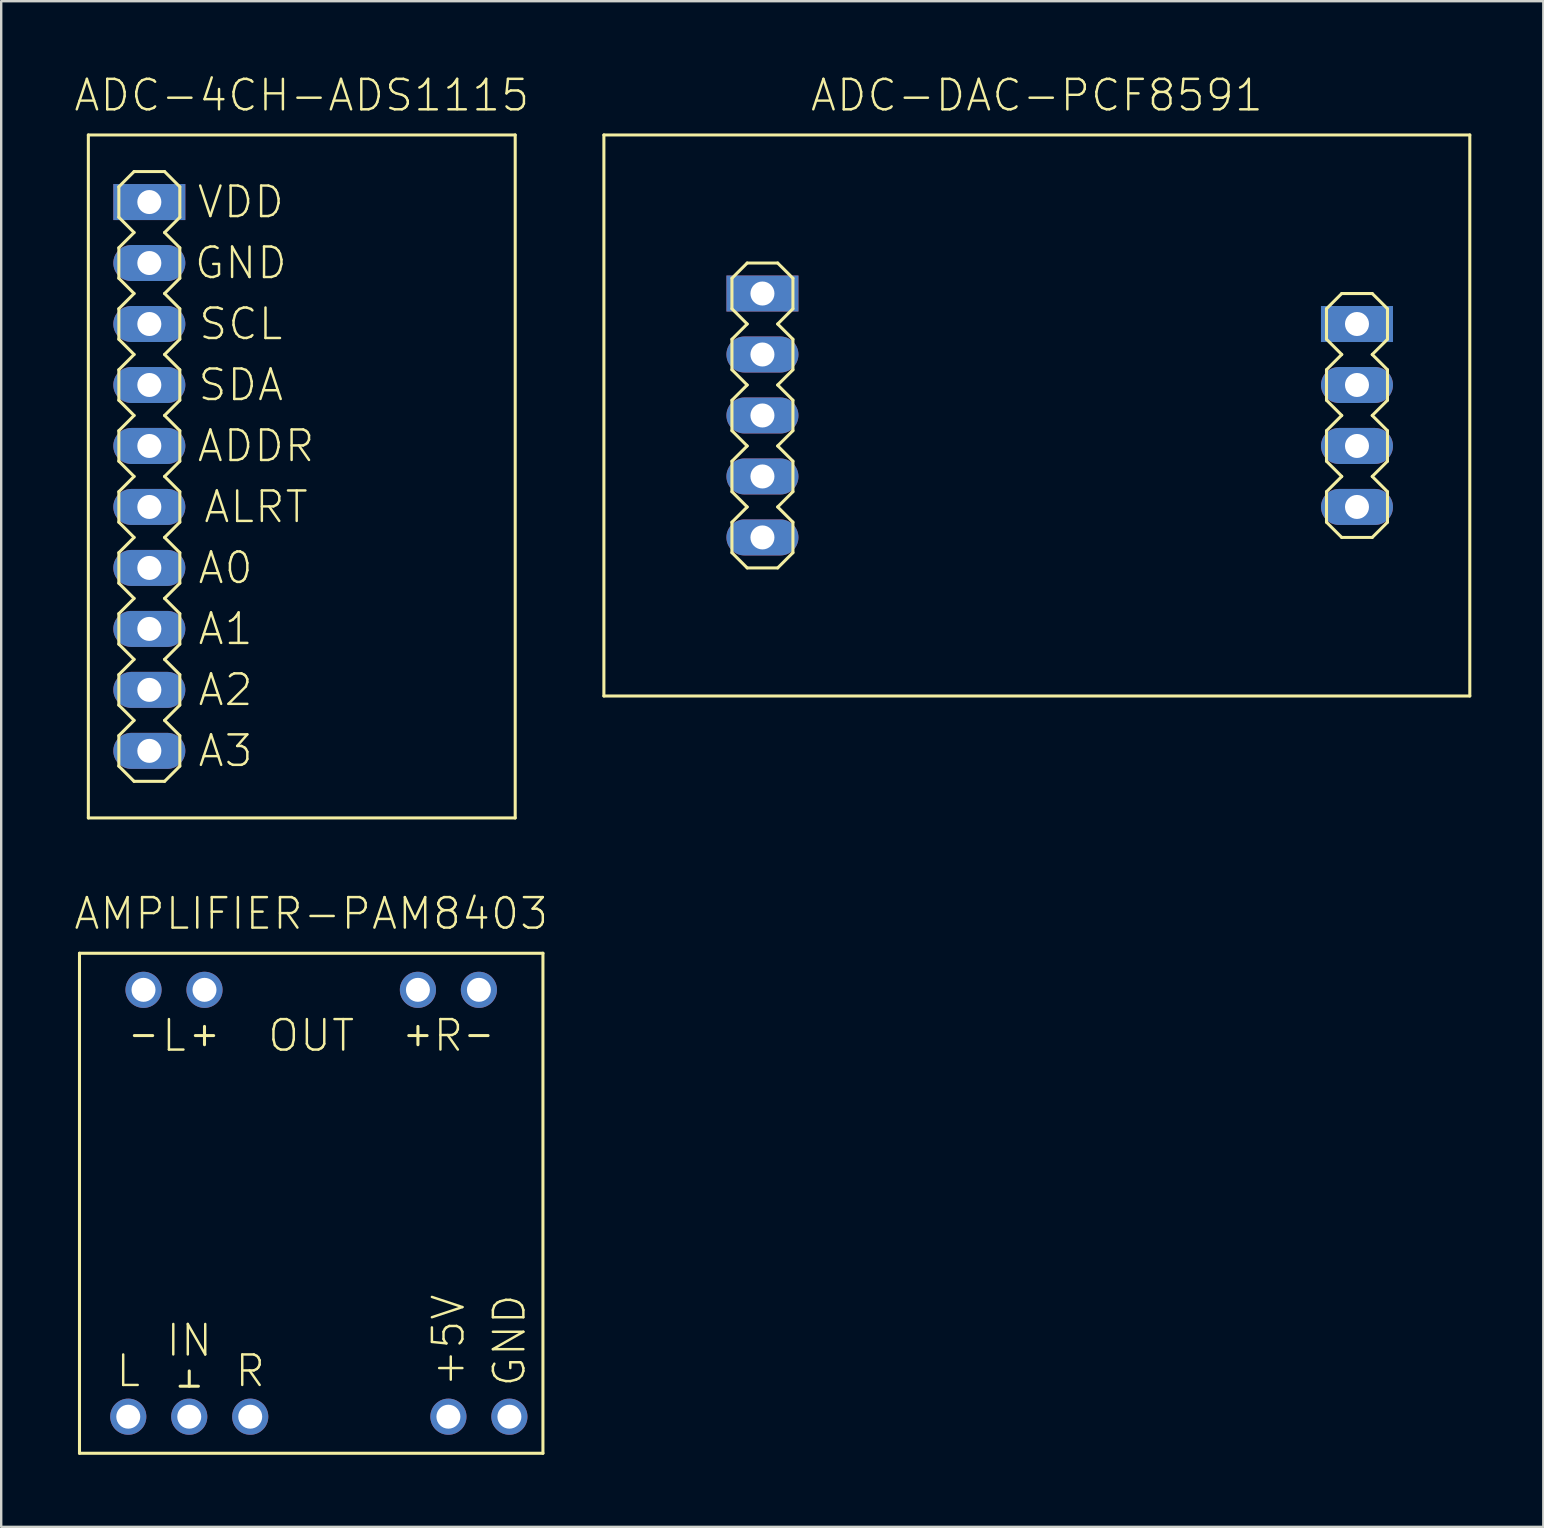
<source format=kicad_pcb>
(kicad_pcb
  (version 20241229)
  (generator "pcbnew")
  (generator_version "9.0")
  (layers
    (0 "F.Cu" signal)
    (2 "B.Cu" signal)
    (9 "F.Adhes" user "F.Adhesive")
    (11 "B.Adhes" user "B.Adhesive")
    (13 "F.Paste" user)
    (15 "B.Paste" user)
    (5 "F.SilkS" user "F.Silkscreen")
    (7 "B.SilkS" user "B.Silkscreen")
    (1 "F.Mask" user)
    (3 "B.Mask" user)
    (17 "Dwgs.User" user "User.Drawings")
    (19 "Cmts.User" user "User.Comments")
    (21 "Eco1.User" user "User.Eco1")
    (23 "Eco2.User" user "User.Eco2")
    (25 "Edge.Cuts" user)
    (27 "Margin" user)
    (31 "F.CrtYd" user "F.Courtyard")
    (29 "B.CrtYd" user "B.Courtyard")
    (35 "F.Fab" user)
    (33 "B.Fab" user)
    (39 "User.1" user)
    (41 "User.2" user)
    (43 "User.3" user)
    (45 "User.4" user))
  (footprint "ADC-4CH-ADS1115"
    (layer "F.Cu")
    (at 9.52 16.796)
    (property "Reference" "ADC-4CH-ADS1115" (at 0 -15.875 0) (layer "F.SilkS") (effects (font (size 1.27 1.27) (thickness 0.102))))
    (attr through_hole exclude_from_pos_files exclude_from_bom)
    (fp_line (start -8.89 -14.224) (end -8.89 14.224) (stroke (width 0.127) (type solid)) (layer "F.SilkS"))
    (fp_line (start -8.89 -14.224) (end 8.89 -14.224) (stroke (width 0.127) (type solid)) (layer "F.SilkS"))
    (fp_line (start -7.62 -12.065) (end -6.985 -12.7) (stroke (width 0.127) (type solid)) (layer "F.SilkS"))
    (fp_line (start -7.62 -10.795) (end -7.62 -12.065) (stroke (width 0.127) (type solid)) (layer "F.SilkS"))
    (fp_line (start -7.62 -9.525) (end -6.985 -10.16) (stroke (width 0.127) (type solid)) (layer "F.SilkS"))
    (fp_line (start -7.62 -8.255) (end -7.62 -9.525) (stroke (width 0.127) (type solid)) (layer "F.SilkS"))
    (fp_line (start -7.62 -6.985) (end -6.985 -7.62) (stroke (width 0.127) (type solid)) (layer "F.SilkS"))
    (fp_line (start -7.62 -5.715) (end -7.62 -6.985) (stroke (width 0.127) (type solid)) (layer "F.SilkS"))
    (fp_line (start -7.62 -4.445) (end -6.985 -5.08) (stroke (width 0.127) (type solid)) (layer "F.SilkS"))
    (fp_line (start -7.62 -3.175) (end -7.62 -4.445) (stroke (width 0.127) (type solid)) (layer "F.SilkS"))
    (fp_line (start -7.62 -1.905) (end -6.985 -2.54) (stroke (width 0.127) (type solid)) (layer "F.SilkS"))
    (fp_line (start -7.62 -0.635) (end -7.62 -1.905) (stroke (width 0.127) (type solid)) (layer "F.SilkS"))
    (fp_line (start -7.62 0.635) (end -6.985 0) (stroke (width 0.127) (type solid)) (layer "F.SilkS"))
    (fp_line (start -7.62 1.905) (end -7.62 0.635) (stroke (width 0.127) (type solid)) (layer "F.SilkS"))
    (fp_line (start -7.62 3.175) (end -6.985 2.54) (stroke (width 0.127) (type solid)) (layer "F.SilkS"))
    (fp_line (start -7.62 4.445) (end -7.62 3.175) (stroke (width 0.127) (type solid)) (layer "F.SilkS"))
    (fp_line (start -7.62 5.715) (end -7.62 6.985) (stroke (width 0.127) (type solid)) (layer "F.SilkS"))
    (fp_line (start -7.62 6.985) (end -6.985 7.62) (stroke (width 0.127) (type solid)) (layer "F.SilkS"))
    (fp_line (start -7.62 8.255) (end -7.62 9.525) (stroke (width 0.127) (type solid)) (layer "F.SilkS"))
    (fp_line (start -7.62 9.525) (end -6.985 10.16) (stroke (width 0.127) (type solid)) (layer "F.SilkS"))
    (fp_line (start -7.62 10.795) (end -7.62 12.065) (stroke (width 0.127) (type solid)) (layer "F.SilkS"))
    (fp_line (start -7.62 12.065) (end -6.985 12.7) (stroke (width 0.127) (type solid)) (layer "F.SilkS"))
    (fp_line (start -6.985 -12.7) (end -5.715 -12.7) (stroke (width 0.127) (type solid)) (layer "F.SilkS"))
    (fp_line (start -6.985 -10.16) (end -7.62 -10.795) (stroke (width 0.127) (type solid)) (layer "F.SilkS"))
    (fp_line (start -6.985 -7.62) (end -7.62 -8.255) (stroke (width 0.127) (type solid)) (layer "F.SilkS"))
    (fp_line (start -6.985 -5.08) (end -7.62 -5.715) (stroke (width 0.127) (type solid)) (layer "F.SilkS"))
    (fp_line (start -6.985 -2.54) (end -7.62 -3.175) (stroke (width 0.127) (type solid)) (layer "F.SilkS"))
    (fp_line (start -6.985 0) (end -7.62 -0.635) (stroke (width 0.127) (type solid)) (layer "F.SilkS"))
    (fp_line (start -6.985 2.54) (end -7.62 1.905) (stroke (width 0.127) (type solid)) (layer "F.SilkS"))
    (fp_line (start -6.985 5.08) (end -7.62 4.445) (stroke (width 0.127) (type solid)) (layer "F.SilkS"))
    (fp_line (start -6.985 5.08) (end -7.62 5.715) (stroke (width 0.127) (type solid)) (layer "F.SilkS"))
    (fp_line (start -6.985 7.62) (end -7.62 8.255) (stroke (width 0.127) (type solid)) (layer "F.SilkS"))
    (fp_line (start -6.985 10.16) (end -7.62 10.795) (stroke (width 0.127) (type solid)) (layer "F.SilkS"))
    (fp_line (start -6.985 12.7) (end -5.715 12.7) (stroke (width 0.127) (type solid)) (layer "F.SilkS"))
    (fp_line (start -5.715 -12.7) (end -5.08 -12.065) (stroke (width 0.127) (type solid)) (layer "F.SilkS"))
    (fp_line (start -5.715 -10.16) (end -5.08 -9.525) (stroke (width 0.127) (type solid)) (layer "F.SilkS"))
    (fp_line (start -5.715 -7.62) (end -5.08 -6.985) (stroke (width 0.127) (type solid)) (layer "F.SilkS"))
    (fp_line (start -5.715 -5.08) (end -5.08 -4.445) (stroke (width 0.127) (type solid)) (layer "F.SilkS"))
    (fp_line (start -5.715 -2.54) (end -5.08 -1.905) (stroke (width 0.127) (type solid)) (layer "F.SilkS"))
    (fp_line (start -5.715 0) (end -5.08 0.635) (stroke (width 0.127) (type solid)) (layer "F.SilkS"))
    (fp_line (start -5.715 2.54) (end -5.08 3.175) (stroke (width 0.127) (type solid)) (layer "F.SilkS"))
    (fp_line (start -5.715 7.62) (end -5.08 6.985) (stroke (width 0.127) (type solid)) (layer "F.SilkS"))
    (fp_line (start -5.715 10.16) (end -5.08 9.525) (stroke (width 0.127) (type solid)) (layer "F.SilkS"))
    (fp_line (start -5.715 12.7) (end -5.08 12.065) (stroke (width 0.127) (type solid)) (layer "F.SilkS"))
    (fp_line (start -5.08 -12.065) (end -5.08 -10.795) (stroke (width 0.127) (type solid)) (layer "F.SilkS"))
    (fp_line (start -5.08 -10.795) (end -5.715 -10.16) (stroke (width 0.127) (type solid)) (layer "F.SilkS"))
    (fp_line (start -5.08 -9.525) (end -5.08 -8.255) (stroke (width 0.127) (type solid)) (layer "F.SilkS"))
    (fp_line (start -5.08 -8.255) (end -5.715 -7.62) (stroke (width 0.127) (type solid)) (layer "F.SilkS"))
    (fp_line (start -5.08 -6.985) (end -5.08 -5.715) (stroke (width 0.127) (type solid)) (layer "F.SilkS"))
    (fp_line (start -5.08 -5.715) (end -5.715 -5.08) (stroke (width 0.127) (type solid)) (layer "F.SilkS"))
    (fp_line (start -5.08 -4.445) (end -5.08 -3.175) (stroke (width 0.127) (type solid)) (layer "F.SilkS"))
    (fp_line (start -5.08 -3.175) (end -5.715 -2.54) (stroke (width 0.127) (type solid)) (layer "F.SilkS"))
    (fp_line (start -5.08 -1.905) (end -5.08 -0.635) (stroke (width 0.127) (type solid)) (layer "F.SilkS"))
    (fp_line (start -5.08 -0.635) (end -5.715 0) (stroke (width 0.127) (type solid)) (layer "F.SilkS"))
    (fp_line (start -5.08 0.635) (end -5.08 1.905) (stroke (width 0.127) (type solid)) (layer "F.SilkS"))
    (fp_line (start -5.08 1.905) (end -5.715 2.54) (stroke (width 0.127) (type solid)) (layer "F.SilkS"))
    (fp_line (start -5.08 3.175) (end -5.08 4.445) (stroke (width 0.127) (type solid)) (layer "F.SilkS"))
    (fp_line (start -5.08 4.445) (end -5.715 5.08) (stroke (width 0.127) (type solid)) (layer "F.SilkS"))
    (fp_line (start -5.08 5.715) (end -5.715 5.08) (stroke (width 0.127) (type solid)) (layer "F.SilkS"))
    (fp_line (start -5.08 6.985) (end -5.08 5.715) (stroke (width 0.127) (type solid)) (layer "F.SilkS"))
    (fp_line (start -5.08 8.255) (end -5.715 7.62) (stroke (width 0.127) (type solid)) (layer "F.SilkS"))
    (fp_line (start -5.08 9.525) (end -5.08 8.255) (stroke (width 0.127) (type solid)) (layer "F.SilkS"))
    (fp_line (start -5.08 10.795) (end -5.715 10.16) (stroke (width 0.127) (type solid)) (layer "F.SilkS"))
    (fp_line (start -5.08 12.065) (end -5.08 10.795) (stroke (width 0.127) (type solid)) (layer "F.SilkS"))
    (fp_line (start 8.89 -14.224) (end 8.89 14.224) (stroke (width 0.127) (type solid)) (layer "F.SilkS"))
    (fp_line (start 8.89 14.224) (end -8.89 14.224) (stroke (width 0.127) (type solid)) (layer "F.SilkS"))
    (fp_text user "A1" (at -3.175 6.35 0) (layer "F.SilkS") (effects (font (size 1.27 1.27) (thickness 0.102))))
    (fp_text user "SCL" (at -2.54 -6.35 0) (layer "F.SilkS") (effects (font (size 1.27 1.27) (thickness 0.102))))
    (fp_text user "A3" (at -3.175 11.43 0) (layer "F.SilkS") (effects (font (size 1.27 1.27) (thickness 0.102))))
    (fp_text user "ALRT" (at -1.905 1.27 0) (layer "F.SilkS") (effects (font (size 1.27 1.27) (thickness 0.102))))
    (fp_text user "ADDR" (at -1.905 -1.27 0) (layer "F.SilkS") (effects (font (size 1.27 1.27) (thickness 0.102))))
    (fp_text user "A0" (at -3.175 3.81 0) (layer "F.SilkS") (effects (font (size 1.27 1.27) (thickness 0.102))))
    (fp_text user "GND" (at -2.54 -8.89 0) (layer "F.SilkS") (effects (font (size 1.27 1.27) (thickness 0.102))))
    (fp_text user "VDD" (at -2.54 -11.43 0) (layer "F.SilkS") (effects (font (size 1.27 1.27) (thickness 0.102))))
    (fp_text user "SDA" (at -2.54 -3.81 0) (layer "F.SilkS") (effects (font (size 1.27 1.27) (thickness 0.102))))
    (fp_text user "A2" (at -3.175 8.89 0) (layer "F.SilkS") (effects (font (size 1.27 1.27) (thickness 0.102))))
    (pad "1" thru_hole rect (at -6.35 -11.43) (size 3 1.5) (drill 1) (layers "*.Cu" "*.Mask"))
    (pad "2" thru_hole oval (at -6.35 -8.89) (size 3 1.5) (drill 1) (layers "*.Cu" "*.Mask"))
    (pad "3" thru_hole oval (at -6.35 -6.35) (size 3 1.5) (drill 1) (layers "*.Cu" "*.Mask"))
    (pad "4" thru_hole oval (at -6.35 -3.81) (size 3 1.5) (drill 1) (layers "*.Cu" "*.Mask"))
    (pad "5" thru_hole oval (at -6.35 -1.27) (size 3 1.5) (drill 1) (layers "*.Cu" "*.Mask"))
    (pad "6" thru_hole oval (at -6.35 1.27) (size 3 1.5) (drill 1) (layers "*.Cu" "*.Mask"))
    (pad "7" thru_hole oval (at -6.35 3.81) (size 3 1.5) (drill 1) (layers "*.Cu" "*.Mask"))
    (pad "8" thru_hole oval (at -6.35 6.35) (size 3 1.5) (drill 1) (layers "*.Cu" "*.Mask"))
    (pad "9" thru_hole oval (at -6.35 8.89) (size 3 1.5) (drill 1) (layers "*.Cu" "*.Mask"))
    (pad "10" thru_hole oval (at -6.35 11.43) (size 3 1.5) (drill 1) (layers "*.Cu" "*.Mask")))
  (footprint "AMPLIFIER-PAM8403"
    (layer "F.Cu")
    (at 9.913 47.07)
    (property "Reference" "AMPLIFIER-PAM8403" (at 0 -12.065 0) (layer "F.SilkS") (effects (font (size 1.27 1.27) (thickness 0.102))))
    (attr exclude_from_pos_files exclude_from_bom)
    (fp_line (start -9.652 -10.414) (end 9.652 -10.414) (stroke (width 0.127) (type solid)) (layer "F.SilkS"))
    (fp_line (start -9.652 10.414) (end -9.652 -10.414) (stroke (width 0.127) (type solid)) (layer "F.SilkS"))
    (fp_line (start -6.604 -6.985) (end -7.366 -6.985) (stroke (width 0.127) (type solid)) (layer "F.SilkS"))
    (fp_line (start -5.461 7.62) (end -4.699 7.62) (stroke (width 0.127) (type solid)) (layer "F.SilkS"))
    (fp_line (start -5.08 6.985) (end -5.08 7.62) (stroke (width 0.127) (type solid)) (layer "F.SilkS"))
    (fp_line (start -4.826 -6.985) (end -4.064 -6.985) (stroke (width 0.127) (type solid)) (layer "F.SilkS"))
    (fp_line (start -4.445 -7.366) (end -4.445 -6.604) (stroke (width 0.127) (type solid)) (layer "F.SilkS"))
    (fp_line (start 4.064 -6.985) (end 4.826 -6.985) (stroke (width 0.127) (type solid)) (layer "F.SilkS"))
    (fp_line (start 4.445 -7.366) (end 4.445 -6.604) (stroke (width 0.127) (type solid)) (layer "F.SilkS"))
    (fp_line (start 6.604 -6.985) (end 7.366 -6.985) (stroke (width 0.127) (type solid)) (layer "F.SilkS"))
    (fp_line (start 9.652 -10.414) (end 9.652 10.414) (stroke (width 0.127) (type solid)) (layer "F.SilkS"))
    (fp_line (start 9.652 10.414) (end -9.652 10.414) (stroke (width 0.127) (type solid)) (layer "F.SilkS"))
    (fp_text user "OUT" (at 0 -6.985 0) (layer "F.SilkS") (effects (font (size 1.27 1.27) (thickness 0.102))))
    (fp_text user "IN" (at -5.08 5.715 0) (layer "F.SilkS") (effects (font (size 1.27 1.27) (thickness 0.102))))
    (fp_text user "+5V" (at 5.715 5.715 90) (layer "F.SilkS") (effects (font (size 1.27 1.27) (thickness 0.102))))
    (fp_text user "R" (at 5.715 -6.985 0) (layer "F.SilkS") (effects (font (size 1.27 1.27) (thickness 0.102))))
    (fp_text user "L" (at -5.715 -6.985 0) (layer "F.SilkS") (effects (font (size 1.27 1.27) (thickness 0.102))))
    (fp_text user "R" (at -2.54 6.985 0) (layer "F.SilkS") (effects (font (size 1.27 1.27) (thickness 0.102))))
    (fp_text user "L" (at -7.62 6.985 0) (layer "F.SilkS") (effects (font (size 1.27 1.27) (thickness 0.102))))
    (fp_text user "GND" (at 8.255 5.715 90) (layer "F.SilkS") (effects (font (size 1.27 1.27) (thickness 0.102))))
    (pad "+5V" thru_hole circle (at 5.715 8.89) (size 1.506 1.506) (drill 0.998) (layers "*.Cu" "*.Paste" "*.Mask"))
    (pad "GND" thru_hole circle (at 8.255 8.89) (size 1.506 1.506) (drill 0.998) (layers "*.Cu" "*.Paste" "*.Mask"))
    (pad "IN.COM" thru_hole circle (at -5.08 8.89) (size 1.506 1.506) (drill 0.998) (layers "*.Cu" "*.Paste" "*.Mask"))
    (pad "IN.L" thru_hole circle (at -7.62 8.89) (size 1.506 1.506) (drill 0.998) (layers "*.Cu" "*.Paste" "*.Mask"))
    (pad "IN.R" thru_hole circle (at -2.54 8.89) (size 1.506 1.506) (drill 0.998) (layers "*.Cu" "*.Paste" "*.Mask"))
    (pad "OUT.L+" thru_hole circle (at -4.445 -8.89) (size 1.506 1.506) (drill 0.998) (layers "*.Cu" "*.Paste" "*.Mask"))
    (pad "OUT.L-" thru_hole circle (at -6.985 -8.89) (size 1.506 1.506) (drill 0.998) (layers "*.Cu" "*.Paste" "*.Mask"))
    (pad "OUT.R+" thru_hole circle (at 4.445 -8.89) (size 1.506 1.506) (drill 0.998) (layers "*.Cu" "*.Paste" "*.Mask"))
    (pad "OUT.R-" thru_hole circle (at 6.985 -8.89) (size 1.506 1.506) (drill 0.998) (layers "*.Cu" "*.Paste" "*.Mask")))
  (footprint "ADC-DAC-PCF8591"
    (layer "F.Cu")
    (at 40.138 14.256)
    (property "Reference" "ADC-DAC-PCF8591" (at 0 -13.335 0) (layer "F.SilkS") (effects (font (size 1.27 1.27) (thickness 0.102))))
    (attr through_hole exclude_from_pos_files exclude_from_bom)
    (fp_line (start -18.034 -11.684) (end 18.034 -11.684) (stroke (width 0.127) (type solid)) (layer "F.SilkS"))
    (fp_line (start -18.034 11.684) (end -18.034 -11.684) (stroke (width 0.127) (type solid)) (layer "F.SilkS"))
    (fp_line (start -12.7 -5.715) (end -12.065 -6.35) (stroke (width 0.127) (type solid)) (layer "F.SilkS"))
    (fp_line (start -12.7 -4.445) (end -12.7 -5.715) (stroke (width 0.127) (type solid)) (layer "F.SilkS"))
    (fp_line (start -12.7 -3.175) (end -12.065 -3.81) (stroke (width 0.127) (type solid)) (layer "F.SilkS"))
    (fp_line (start -12.7 -1.905) (end -12.7 -3.175) (stroke (width 0.127) (type solid)) (layer "F.SilkS"))
    (fp_line (start -12.7 -0.635) (end -12.065 -1.27) (stroke (width 0.127) (type solid)) (layer "F.SilkS"))
    (fp_line (start -12.7 0.635) (end -12.7 -0.635) (stroke (width 0.127) (type solid)) (layer "F.SilkS"))
    (fp_line (start -12.7 1.905) (end -12.065 1.27) (stroke (width 0.127) (type solid)) (layer "F.SilkS"))
    (fp_line (start -12.7 3.175) (end -12.7 1.905) (stroke (width 0.127) (type solid)) (layer "F.SilkS"))
    (fp_line (start -12.7 4.445) (end -12.065 3.81) (stroke (width 0.127) (type solid)) (layer "F.SilkS"))
    (fp_line (start -12.7 5.715) (end -12.7 4.445) (stroke (width 0.127) (type solid)) (layer "F.SilkS"))
    (fp_line (start -12.065 -6.35) (end -10.795 -6.35) (stroke (width 0.127) (type solid)) (layer "F.SilkS"))
    (fp_line (start -12.065 -3.81) (end -12.7 -4.445) (stroke (width 0.127) (type solid)) (layer "F.SilkS"))
    (fp_line (start -12.065 -1.27) (end -12.7 -1.905) (stroke (width 0.127) (type solid)) (layer "F.SilkS"))
    (fp_line (start -12.065 1.27) (end -12.7 0.635) (stroke (width 0.127) (type solid)) (layer "F.SilkS"))
    (fp_line (start -12.065 3.81) (end -12.7 3.175) (stroke (width 0.127) (type solid)) (layer "F.SilkS"))
    (fp_line (start -12.065 6.35) (end -12.7 5.715) (stroke (width 0.127) (type solid)) (layer "F.SilkS"))
    (fp_line (start -10.795 -6.35) (end -10.16 -5.715) (stroke (width 0.127) (type solid)) (layer "F.SilkS"))
    (fp_line (start -10.795 -3.81) (end -10.16 -3.175) (stroke (width 0.127) (type solid)) (layer "F.SilkS"))
    (fp_line (start -10.795 -1.27) (end -10.16 -0.635) (stroke (width 0.127) (type solid)) (layer "F.SilkS"))
    (fp_line (start -10.795 1.27) (end -10.16 1.905) (stroke (width 0.127) (type solid)) (layer "F.SilkS"))
    (fp_line (start -10.795 3.81) (end -10.16 4.445) (stroke (width 0.127) (type solid)) (layer "F.SilkS"))
    (fp_line (start -10.795 6.35) (end -12.065 6.35) (stroke (width 0.127) (type solid)) (layer "F.SilkS"))
    (fp_line (start -10.16 -5.715) (end -10.16 -4.445) (stroke (width 0.127) (type solid)) (layer "F.SilkS"))
    (fp_line (start -10.16 -4.445) (end -10.795 -3.81) (stroke (width 0.127) (type solid)) (layer "F.SilkS"))
    (fp_line (start -10.16 -3.175) (end -10.16 -1.905) (stroke (width 0.127) (type solid)) (layer "F.SilkS"))
    (fp_line (start -10.16 -1.905) (end -10.795 -1.27) (stroke (width 0.127) (type solid)) (layer "F.SilkS"))
    (fp_line (start -10.16 -0.635) (end -10.16 0.635) (stroke (width 0.127) (type solid)) (layer "F.SilkS"))
    (fp_line (start -10.16 0.635) (end -10.795 1.27) (stroke (width 0.127) (type solid)) (layer "F.SilkS"))
    (fp_line (start -10.16 1.905) (end -10.16 3.175) (stroke (width 0.127) (type solid)) (layer "F.SilkS"))
    (fp_line (start -10.16 3.175) (end -10.795 3.81) (stroke (width 0.127) (type solid)) (layer "F.SilkS"))
    (fp_line (start -10.16 4.445) (end -10.16 5.715) (stroke (width 0.127) (type solid)) (layer "F.SilkS"))
    (fp_line (start -10.16 5.715) (end -10.795 6.35) (stroke (width 0.127) (type solid)) (layer "F.SilkS"))
    (fp_line (start 12.065 -4.445) (end 12.7 -5.08) (stroke (width 0.127) (type solid)) (layer "F.SilkS"))
    (fp_line (start 12.065 -3.175) (end 12.065 -4.445) (stroke (width 0.127) (type solid)) (layer "F.SilkS"))
    (fp_line (start 12.065 -1.905) (end 12.7 -2.54) (stroke (width 0.127) (type solid)) (layer "F.SilkS"))
    (fp_line (start 12.065 -0.635) (end 12.065 -1.905) (stroke (width 0.127) (type solid)) (layer "F.SilkS"))
    (fp_line (start 12.065 0.635) (end 12.7 0) (stroke (width 0.127) (type solid)) (layer "F.SilkS"))
    (fp_line (start 12.065 1.905) (end 12.065 0.635) (stroke (width 0.127) (type solid)) (layer "F.SilkS"))
    (fp_line (start 12.065 3.175) (end 12.7 2.54) (stroke (width 0.127) (type solid)) (layer "F.SilkS"))
    (fp_line (start 12.065 4.445) (end 12.065 3.175) (stroke (width 0.127) (type solid)) (layer "F.SilkS"))
    (fp_line (start 12.7 -5.08) (end 13.97 -5.08) (stroke (width 0.127) (type solid)) (layer "F.SilkS"))
    (fp_line (start 12.7 -2.54) (end 12.065 -3.175) (stroke (width 0.127) (type solid)) (layer "F.SilkS"))
    (fp_line (start 12.7 0) (end 12.065 -0.635) (stroke (width 0.127) (type solid)) (layer "F.SilkS"))
    (fp_line (start 12.7 2.54) (end 12.065 1.905) (stroke (width 0.127) (type solid)) (layer "F.SilkS"))
    (fp_line (start 12.7 5.08) (end 12.065 4.445) (stroke (width 0.127) (type solid)) (layer "F.SilkS"))
    (fp_line (start 13.97 -5.08) (end 14.605 -4.445) (stroke (width 0.127) (type solid)) (layer "F.SilkS"))
    (fp_line (start 13.97 -2.54) (end 14.605 -1.905) (stroke (width 0.127) (type solid)) (layer "F.SilkS"))
    (fp_line (start 13.97 0) (end 14.605 0.635) (stroke (width 0.127) (type solid)) (layer "F.SilkS"))
    (fp_line (start 13.97 2.54) (end 14.605 3.175) (stroke (width 0.127) (type solid)) (layer "F.SilkS"))
    (fp_line (start 13.97 5.08) (end 12.7 5.08) (stroke (width 0.127) (type solid)) (layer "F.SilkS"))
    (fp_line (start 14.605 -4.445) (end 14.605 -3.175) (stroke (width 0.127) (type solid)) (layer "F.SilkS"))
    (fp_line (start 14.605 -3.175) (end 13.97 -2.54) (stroke (width 0.127) (type solid)) (layer "F.SilkS"))
    (fp_line (start 14.605 -1.905) (end 14.605 -0.635) (stroke (width 0.127) (type solid)) (layer "F.SilkS"))
    (fp_line (start 14.605 -0.635) (end 13.97 0) (stroke (width 0.127) (type solid)) (layer "F.SilkS"))
    (fp_line (start 14.605 0.635) (end 14.605 1.905) (stroke (width 0.127) (type solid)) (layer "F.SilkS"))
    (fp_line (start 14.605 1.905) (end 13.97 2.54) (stroke (width 0.127) (type solid)) (layer "F.SilkS"))
    (fp_line (start 14.605 3.175) (end 14.605 4.445) (stroke (width 0.127) (type solid)) (layer "F.SilkS"))
    (fp_line (start 14.605 4.445) (end 13.97 5.08) (stroke (width 0.127) (type solid)) (layer "F.SilkS"))
    (fp_line (start 18.034 -11.684) (end 18.034 11.684) (stroke (width 0.127) (type solid)) (layer "F.SilkS"))
    (fp_line (start 18.034 11.684) (end -18.034 11.684) (stroke (width 0.127) (type solid)) (layer "F.SilkS"))
    (pad "J1.1" thru_hole rect (at -11.43 -5.08) (size 3 1.5) (drill 1) (layers "*.Cu" "*.Mask"))
    (pad "J1.2" thru_hole oval (at -11.43 -2.54) (size 3 1.5) (drill 1) (layers "*.Cu" "*.Mask"))
    (pad "J1.3" thru_hole oval (at -11.43 0) (size 3 1.5) (drill 1) (layers "*.Cu" "*.Mask"))
    (pad "J1.4" thru_hole oval (at -11.43 2.54) (size 3 1.5) (drill 1) (layers "*.Cu" "*.Mask"))
    (pad "J1.5" thru_hole oval (at -11.43 5.08) (size 3 1.5) (drill 1) (layers "*.Cu" "*.Mask"))
    (pad "J2.1" thru_hole rect (at 13.335 -3.81) (size 3 1.5) (drill 1) (layers "*.Cu" "*.Mask"))
    (pad "J2.2" thru_hole oval (at 13.335 -1.27) (size 3 1.5) (drill 1) (layers "*.Cu" "*.Mask"))
    (pad "J2.3" thru_hole oval (at 13.335 1.27) (size 3 1.5) (drill 1) (layers "*.Cu" "*.Mask"))
    (pad "J2.4" thru_hole oval (at 13.335 3.81) (size 3 1.5) (drill 1) (layers "*.Cu" "*.Mask")))
  (gr_rect
    (start -3 -3)
    (end 61.235 60.548)
    (stroke (width 0.1) (type default))
    (fill no)
    (layer "Edge.Cuts")))
</source>
